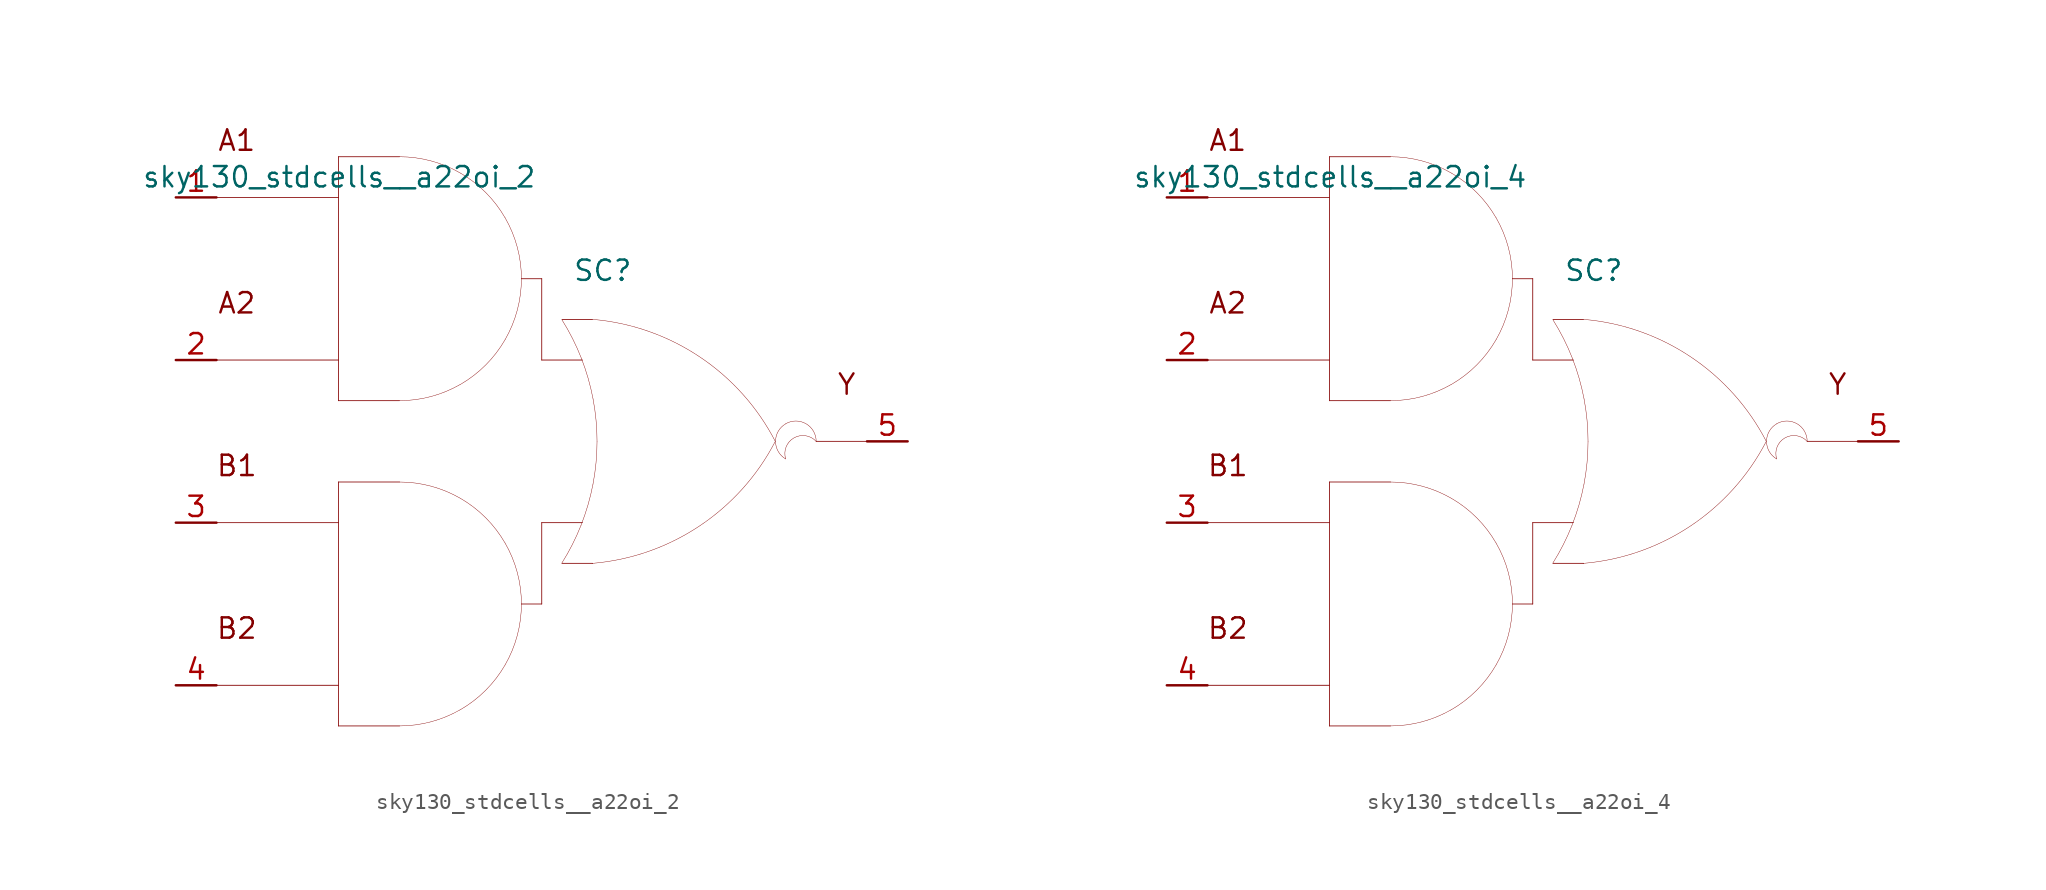
<source format=kicad_sym>
(kicad_symbol_lib
  (version 20211014)
  (generator kicad_symbol_editor)
  (symbol "sky130_stdcells__a22oi_2"
    (pin_names hide)
    (property "Reference" "SC"
      (at 3.81 10.668 0)
      (effects (font (size 1.27 1.27))))
    (property "Value" "sky130_stdcells__a22oi_2"
      (at -0.305 16.51 0)
      (effects (font (size 1.27 1.27)) (justify right)))
    (symbol "sky130_stdcells__a22oi_2_0_0"
      (arc (start -8.89 -17.78) (mid -6.9178 -17.5204) (end -5.08 -16.7591) (stroke (width 0.0254) (type default) (color 0 0 0 0)) (fill (type none)))
      (arc (start -8.89 2.54) (mid -6.9178 2.7996) (end -5.08 3.5609) (stroke (width 0.0254) (type default) (color 0 0 0 0)) (fill (type none)))
      (arc (start -5.08 -16.7591) (mid -3.5019 -15.5481) (end -2.2909 -13.97) (stroke (width 0.0254) (type default) (color 0 0 0 0)) (fill (type none)))
      (arc (start -5.08 -3.5609) (mid -6.9178 -2.7997) (end -8.89 -2.54) (stroke (width 0.0254) (type default) (color 0 0 0 0)) (fill (type none)))
      (arc (start -5.08 3.5609) (mid -3.5019 4.7719) (end -2.2909 6.35) (stroke (width 0.0254) (type default) (color 0 0 0 0)) (fill (type none)))
      (arc (start -5.08 16.7591) (mid -6.9178 17.5203) (end -8.89 17.78) (stroke (width 0.0254) (type default) (color 0 0 0 0)) (fill (type none)))
      (arc (start -2.2909 -13.97) (mid -1.5297 -12.1322) (end -1.27 -10.16) (stroke (width 0.0254) (type default) (color 0 0 0 0)) (fill (type none)))
      (arc (start -2.2909 -6.35) (mid -3.5019 -4.7719) (end -5.08 -3.5609) (stroke (width 0.0254) (type default) (color 0 0 0 0)) (fill (type none)))
      (arc (start -2.2909 6.35) (mid -1.5297 8.1878) (end -1.27 10.16) (stroke (width 0.0254) (type default) (color 0 0 0 0)) (fill (type none)))
      (arc (start -2.2909 13.97) (mid -3.5019 15.5481) (end -5.08 16.7591) (stroke (width 0.0254) (type default) (color 0 0 0 0)) (fill (type none)))
      (arc (start -1.27 -10.16) (mid -1.5296 -8.1878) (end -2.2909 -6.35) (stroke (width 0.0254) (type default) (color 0 0 0 0)) (fill (type none)))
      (arc (start -1.27 10.16) (mid -1.5296 12.1322) (end -2.2909 13.97) (stroke (width 0.0254) (type default) (color 0 0 0 0)) (fill (type none)))
      (polyline (pts (xy -20.32 -15.24) (xy -12.7 -15.24)) (stroke (width 0.051) (type default) (color 0 0 0 0)) (fill (type none)))
      (polyline (pts (xy -20.32 -5.08) (xy -12.7 -5.08)) (stroke (width 0.051) (type default) (color 0 0 0 0)) (fill (type none)))
      (polyline (pts (xy -20.32 5.08) (xy -12.7 5.08)) (stroke (width 0.051) (type default) (color 0 0 0 0)) (fill (type none)))
      (polyline (pts (xy -20.32 15.24) (xy -12.7 15.24)) (stroke (width 0.051) (type default) (color 0 0 0 0)) (fill (type none)))
      (polyline (pts (xy -12.7 -17.78) (xy -8.89 -17.78)) (stroke (width 0.051) (type default) (color 0 0 0 0)) (fill (type none)))
      (polyline (pts (xy -12.7 -2.54) (xy -12.7 -17.78)) (stroke (width 0.051) (type default) (color 0 0 0 0)) (fill (type none)))
      (polyline (pts (xy -12.7 -2.54) (xy -8.89 -2.54)) (stroke (width 0.051) (type default) (color 0 0 0 0)) (fill (type none)))
      (polyline (pts (xy -12.7 2.54) (xy -8.89 2.54)) (stroke (width 0.051) (type default) (color 0 0 0 0)) (fill (type none)))
      (polyline (pts (xy -12.7 17.78) (xy -12.7 2.54)) (stroke (width 0.051) (type default) (color 0 0 0 0)) (fill (type none)))
      (polyline (pts (xy -12.7 17.78) (xy -8.89 17.78)) (stroke (width 0.051) (type default) (color 0 0 0 0)) (fill (type none)))
      (polyline (pts (xy -1.27 -10.16) (xy 0 -10.16)) (stroke (width 0.051) (type default) (color 0 0 0 0)) (fill (type none)))
      (polyline (pts (xy -1.27 10.16) (xy 0 10.16)) (stroke (width 0.051) (type default) (color 0 0 0 0)) (fill (type none)))
      (polyline (pts (xy 0 -5.08) (xy 0 -10.16)) (stroke (width 0.051) (type default) (color 0 0 0 0)) (fill (type none)))
      (polyline (pts (xy 0 -5.08) (xy 2.54 -5.08)) (stroke (width 0.051) (type default) (color 0 0 0 0)) (fill (type none)))
      (polyline (pts (xy 0 5.08) (xy 2.54 5.08)) (stroke (width 0.051) (type default) (color 0 0 0 0)) (fill (type none)))
      (polyline (pts (xy 0 10.16) (xy 0 5.08)) (stroke (width 0.051) (type default) (color 0 0 0 0)) (fill (type none)))
      (polyline (pts (xy 1.27 -7.62) (xy 3.175 -7.62)) (stroke (width 0.051) (type default) (color 0 0 0 0)) (fill (type none)))
      (polyline (pts (xy 1.27 7.62) (xy 3.175 7.62)) (stroke (width 0.051) (type default) (color 0 0 0 0)) (fill (type none)))
      (polyline (pts (xy 17.145 0) (xy 20.32 0)) (stroke (width 0.051) (type default) (color 0 0 0 0)) (fill (type none)))
      (arc (start 1.2495 -7.6142) (mid 1.907 -6.458) (end 2.4538 -5.2456) (stroke (width 0.0254) (type default) (color 0 0 0 0)) (fill (type none)))
      (arc (start 2.4538 -5.2456) (mid 2.8887 -3.9755) (end 3.202 -2.6701) (stroke (width 0.0254) (type default) (color 0 0 0 0)) (fill (type none)))
      (arc (start 2.472 5.1993) (mid 1.9238 6.4248) (end 1.2627 7.5932) (stroke (width 0.0254) (type default) (color 0 0 0 0)) (fill (type none)))
      (arc (start 3.1446 -7.6231) (mid 9.8386 -5.2986) (end 14.5755 -0.0284) (stroke (width 0.0254) (type default) (color 0 0 0 0)) (fill (type none)))
      (arc (start 3.202 -2.6701) (mid 3.3912 -1.341) (end 3.4544 0) (stroke (width 0.0254) (type default) (color 0 0 0 0)) (fill (type none)))
      (arc (start 3.2066 2.6456) (mid 2.8989 3.9396) (end 2.472 5.1993) (stroke (width 0.0254) (type default) (color 0 0 0 0)) (fill (type none)))
      (arc (start 3.4544 0) (mid 3.3923 1.3286) (end 3.2066 2.6456) (stroke (width 0.0254) (type default) (color 0 0 0 0)) (fill (type none)))
      (arc (start 14.5983 -0.0156) (mid 9.8798 5.271) (end 3.194 7.6189) (stroke (width 0.0254) (type default) (color 0 0 0 0)) (fill (type none)))
      (arc (start 15.24 1.0999) (mid 14.605 0) (end 15.24 -1.0999) (stroke (width 0.0254) (type default) (color 0 0 0 0)) (fill (type none)))
      (arc (start 17.145 0) (mid 15.2881 0.4743) (end 15.24 -1.0999) (stroke (width 0.0254) (type default) (color 0 0 0 0)) (fill (type none)))
      (arc (start 17.145 0) (mid 16.51 1.0998) (end 15.24 1.0999) (stroke (width 0.0254) (type default) (color 0 0 0 0)) (fill (type none)))
      (text "A1" (at -19.05 18.796 0) (effects (font (size 1.27 1.27))))
      (text "A2" (at -19.05 8.636 0) (effects (font (size 1.27 1.27))))
      (text "B1" (at -19.05 -1.524 0) (effects (font (size 1.27 1.27))))
      (text "B2" (at -19.05 -11.684 0) (effects (font (size 1.27 1.27))))
      (text "Y" (at 19.05 3.556 0) (effects (font (size 1.27 1.27)))))
    (symbol "sky130_stdcells__a22oi_2_1_1"
      (pin input line (at -22.86 15.24 0) (length 2.54) (name "A1" (effects (font (size 1.092 1.092)))) (number "1" (effects (font (size 1.27 1.27)))))
      (pin input line (at -22.86 5.08 0) (length 2.54) (name "A2" (effects (font (size 1.092 1.092)))) (number "2" (effects (font (size 1.27 1.27)))))
      (pin input line (at -22.86 -5.08 0) (length 2.54) (name "B1" (effects (font (size 1.092 1.092)))) (number "3" (effects (font (size 1.27 1.27)))))
      (pin input line (at -22.86 -15.24 0) (length 2.54) (name "B2" (effects (font (size 1.092 1.092)))) (number "4" (effects (font (size 1.27 1.27)))))
      (pin output line (at 22.86 0 180) (length 2.54) (name "Y" (effects (font (size 1.092 1.092)))) (number "5" (effects (font (size 1.27 1.27)))))))
  (symbol "sky130_stdcells__a22oi_4"
    (pin_names hide)
    (property "Reference" "SC"
      (at 3.81 10.668 0)
      (effects (font (size 1.27 1.27))))
    (property "Value" "sky130_stdcells__a22oi_4"
      (at -0.305 16.51 0)
      (effects (font (size 1.27 1.27)) (justify right)))
    (symbol "sky130_stdcells__a22oi_4_0_0"
      (arc (start -8.89 -17.78) (mid -6.9178 -17.5204) (end -5.08 -16.7591) (stroke (width 0.0254) (type default) (color 0 0 0 0)) (fill (type none)))
      (arc (start -8.89 2.54) (mid -6.9178 2.7996) (end -5.08 3.5609) (stroke (width 0.0254) (type default) (color 0 0 0 0)) (fill (type none)))
      (arc (start -5.08 -16.7591) (mid -3.5019 -15.5481) (end -2.2909 -13.97) (stroke (width 0.0254) (type default) (color 0 0 0 0)) (fill (type none)))
      (arc (start -5.08 -3.5609) (mid -6.9178 -2.7997) (end -8.89 -2.54) (stroke (width 0.0254) (type default) (color 0 0 0 0)) (fill (type none)))
      (arc (start -5.08 3.5609) (mid -3.5019 4.7719) (end -2.2909 6.35) (stroke (width 0.0254) (type default) (color 0 0 0 0)) (fill (type none)))
      (arc (start -5.08 16.7591) (mid -6.9178 17.5203) (end -8.89 17.78) (stroke (width 0.0254) (type default) (color 0 0 0 0)) (fill (type none)))
      (arc (start -2.2909 -13.97) (mid -1.5297 -12.1322) (end -1.27 -10.16) (stroke (width 0.0254) (type default) (color 0 0 0 0)) (fill (type none)))
      (arc (start -2.2909 -6.35) (mid -3.5019 -4.7719) (end -5.08 -3.5609) (stroke (width 0.0254) (type default) (color 0 0 0 0)) (fill (type none)))
      (arc (start -2.2909 6.35) (mid -1.5297 8.1878) (end -1.27 10.16) (stroke (width 0.0254) (type default) (color 0 0 0 0)) (fill (type none)))
      (arc (start -2.2909 13.97) (mid -3.5019 15.5481) (end -5.08 16.7591) (stroke (width 0.0254) (type default) (color 0 0 0 0)) (fill (type none)))
      (arc (start -1.27 -10.16) (mid -1.5296 -8.1878) (end -2.2909 -6.35) (stroke (width 0.0254) (type default) (color 0 0 0 0)) (fill (type none)))
      (arc (start -1.27 10.16) (mid -1.5296 12.1322) (end -2.2909 13.97) (stroke (width 0.0254) (type default) (color 0 0 0 0)) (fill (type none)))
      (polyline (pts (xy -20.32 -15.24) (xy -12.7 -15.24)) (stroke (width 0.051) (type default) (color 0 0 0 0)) (fill (type none)))
      (polyline (pts (xy -20.32 -5.08) (xy -12.7 -5.08)) (stroke (width 0.051) (type default) (color 0 0 0 0)) (fill (type none)))
      (polyline (pts (xy -20.32 5.08) (xy -12.7 5.08)) (stroke (width 0.051) (type default) (color 0 0 0 0)) (fill (type none)))
      (polyline (pts (xy -20.32 15.24) (xy -12.7 15.24)) (stroke (width 0.051) (type default) (color 0 0 0 0)) (fill (type none)))
      (polyline (pts (xy -12.7 -17.78) (xy -8.89 -17.78)) (stroke (width 0.051) (type default) (color 0 0 0 0)) (fill (type none)))
      (polyline (pts (xy -12.7 -2.54) (xy -12.7 -17.78)) (stroke (width 0.051) (type default) (color 0 0 0 0)) (fill (type none)))
      (polyline (pts (xy -12.7 -2.54) (xy -8.89 -2.54)) (stroke (width 0.051) (type default) (color 0 0 0 0)) (fill (type none)))
      (polyline (pts (xy -12.7 2.54) (xy -8.89 2.54)) (stroke (width 0.051) (type default) (color 0 0 0 0)) (fill (type none)))
      (polyline (pts (xy -12.7 17.78) (xy -12.7 2.54)) (stroke (width 0.051) (type default) (color 0 0 0 0)) (fill (type none)))
      (polyline (pts (xy -12.7 17.78) (xy -8.89 17.78)) (stroke (width 0.051) (type default) (color 0 0 0 0)) (fill (type none)))
      (polyline (pts (xy -1.27 -10.16) (xy 0 -10.16)) (stroke (width 0.051) (type default) (color 0 0 0 0)) (fill (type none)))
      (polyline (pts (xy -1.27 10.16) (xy 0 10.16)) (stroke (width 0.051) (type default) (color 0 0 0 0)) (fill (type none)))
      (polyline (pts (xy 0 -5.08) (xy 0 -10.16)) (stroke (width 0.051) (type default) (color 0 0 0 0)) (fill (type none)))
      (polyline (pts (xy 0 -5.08) (xy 2.54 -5.08)) (stroke (width 0.051) (type default) (color 0 0 0 0)) (fill (type none)))
      (polyline (pts (xy 0 5.08) (xy 2.54 5.08)) (stroke (width 0.051) (type default) (color 0 0 0 0)) (fill (type none)))
      (polyline (pts (xy 0 10.16) (xy 0 5.08)) (stroke (width 0.051) (type default) (color 0 0 0 0)) (fill (type none)))
      (polyline (pts (xy 1.27 -7.62) (xy 3.175 -7.62)) (stroke (width 0.051) (type default) (color 0 0 0 0)) (fill (type none)))
      (polyline (pts (xy 1.27 7.62) (xy 3.175 7.62)) (stroke (width 0.051) (type default) (color 0 0 0 0)) (fill (type none)))
      (polyline (pts (xy 17.145 0) (xy 20.32 0)) (stroke (width 0.051) (type default) (color 0 0 0 0)) (fill (type none)))
      (arc (start 1.2495 -7.6142) (mid 1.907 -6.458) (end 2.4538 -5.2456) (stroke (width 0.0254) (type default) (color 0 0 0 0)) (fill (type none)))
      (arc (start 2.4538 -5.2456) (mid 2.8887 -3.9755) (end 3.202 -2.6701) (stroke (width 0.0254) (type default) (color 0 0 0 0)) (fill (type none)))
      (arc (start 2.472 5.1993) (mid 1.9238 6.4248) (end 1.2627 7.5932) (stroke (width 0.0254) (type default) (color 0 0 0 0)) (fill (type none)))
      (arc (start 3.1446 -7.6231) (mid 9.8386 -5.2986) (end 14.5755 -0.0284) (stroke (width 0.0254) (type default) (color 0 0 0 0)) (fill (type none)))
      (arc (start 3.202 -2.6701) (mid 3.3912 -1.341) (end 3.4544 0) (stroke (width 0.0254) (type default) (color 0 0 0 0)) (fill (type none)))
      (arc (start 3.2066 2.6456) (mid 2.8989 3.9396) (end 2.472 5.1993) (stroke (width 0.0254) (type default) (color 0 0 0 0)) (fill (type none)))
      (arc (start 3.4544 0) (mid 3.3923 1.3286) (end 3.2066 2.6456) (stroke (width 0.0254) (type default) (color 0 0 0 0)) (fill (type none)))
      (arc (start 14.5983 -0.0156) (mid 9.8798 5.271) (end 3.194 7.6189) (stroke (width 0.0254) (type default) (color 0 0 0 0)) (fill (type none)))
      (arc (start 15.24 1.0999) (mid 14.605 0) (end 15.24 -1.0999) (stroke (width 0.0254) (type default) (color 0 0 0 0)) (fill (type none)))
      (arc (start 17.145 0) (mid 15.2881 0.4743) (end 15.24 -1.0999) (stroke (width 0.0254) (type default) (color 0 0 0 0)) (fill (type none)))
      (arc (start 17.145 0) (mid 16.51 1.0998) (end 15.24 1.0999) (stroke (width 0.0254) (type default) (color 0 0 0 0)) (fill (type none)))
      (text "A1" (at -19.05 18.796 0) (effects (font (size 1.27 1.27))))
      (text "A2" (at -19.05 8.636 0) (effects (font (size 1.27 1.27))))
      (text "B1" (at -19.05 -1.524 0) (effects (font (size 1.27 1.27))))
      (text "B2" (at -19.05 -11.684 0) (effects (font (size 1.27 1.27))))
      (text "Y" (at 19.05 3.556 0) (effects (font (size 1.27 1.27)))))
    (symbol "sky130_stdcells__a22oi_4_1_1"
      (pin input line (at -22.86 15.24 0) (length 2.54) (name "A1" (effects (font (size 1.092 1.092)))) (number "1" (effects (font (size 1.27 1.27)))))
      (pin input line (at -22.86 5.08 0) (length 2.54) (name "A2" (effects (font (size 1.092 1.092)))) (number "2" (effects (font (size 1.27 1.27)))))
      (pin input line (at -22.86 -5.08 0) (length 2.54) (name "B1" (effects (font (size 1.092 1.092)))) (number "3" (effects (font (size 1.27 1.27)))))
      (pin input line (at -22.86 -15.24 0) (length 2.54) (name "B2" (effects (font (size 1.092 1.092)))) (number "4" (effects (font (size 1.27 1.27)))))
      (pin output line (at 22.86 0 180) (length 2.54) (name "Y" (effects (font (size 1.092 1.092)))) (number "5" (effects (font (size 1.27 1.27))))))))
</source>
